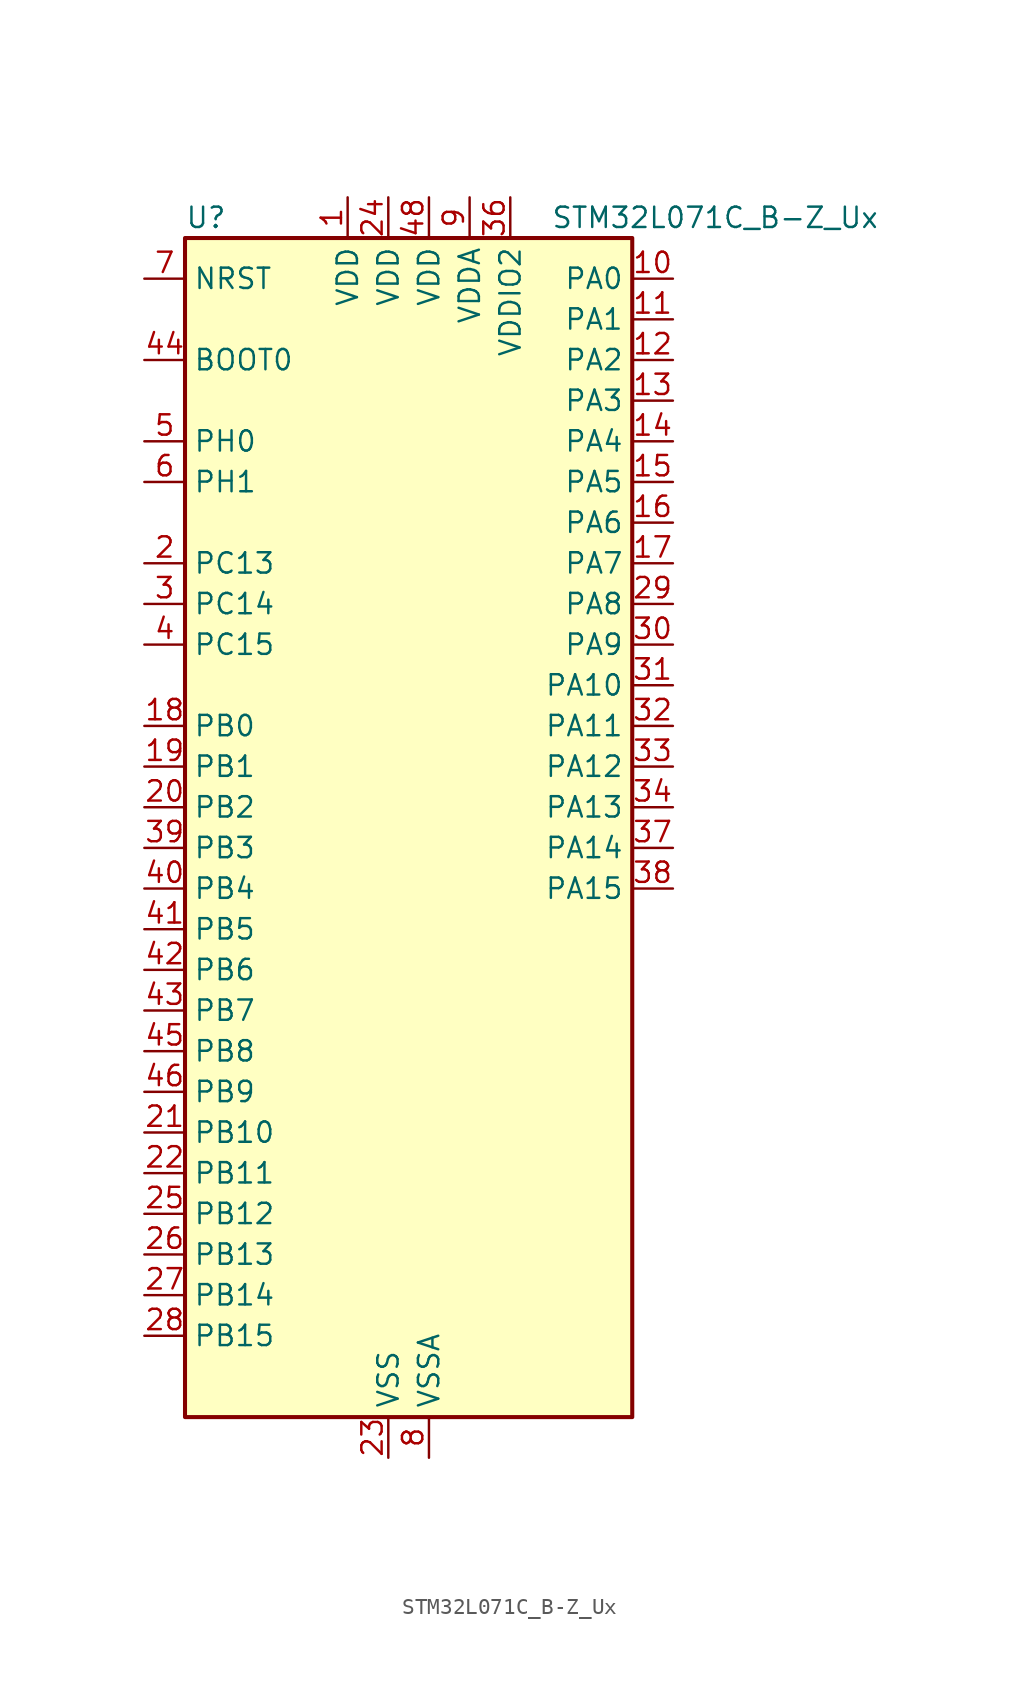
<source format=kicad_sym>
(kicad_symbol_lib
  (version 20220914)
  (generator kicad_symbol_editor)
  (symbol "STM32L071C_B-Z_Ux"
    (property "Reference" "U"
      (at -12.7 39.37 0)
      (effects (font (size 1.27 1.27)) (justify left)))
    (property "Value" "STM32L071C_B-Z_Ux"
      (at 10.16 39.37 0)
      (effects (font (size 1.27 1.27)) (justify left)))
    (property "ki_locked" ""
      (at 0 0 0)
      (effects (font (size 1.27 1.27))))
    (symbol "STM32L071C_B-Z_Ux_0_1"
      (rectangle (start -12.7 -35.56) (end 15.24 38.1) (stroke (width 0.254) (type default)) (fill (type background))))
    (symbol "STM32L071C_B-Z_Ux_1_1"
      (pin power_in line (at -2.54 40.64 270) (length 2.54) (name "VDD" (effects (font (size 1.27 1.27)))) (number "1" (effects (font (size 1.27 1.27)))))
      (pin bidirectional line (at 17.78 35.56 180) (length 2.54) (name "PA0" (effects (font (size 1.27 1.27)))) (number "10" (effects (font (size 1.27 1.27)))) (alternate "ADC_IN0" bidirectional line) (alternate "COMP1_INM" bidirectional line) (alternate "COMP1_OUT" bidirectional line) (alternate "RTC_TAMP2" bidirectional line) (alternate "SYS_WKUP1" bidirectional line) (alternate "TIM2_CH1" bidirectional line) (alternate "TIM2_ETR" bidirectional line) (alternate "USART2_CTS" bidirectional line) (alternate "USART4_TX" bidirectional line))
      (pin bidirectional line (at 17.78 33.02 180) (length 2.54) (name "PA1" (effects (font (size 1.27 1.27)))) (number "11" (effects (font (size 1.27 1.27)))) (alternate "ADC_IN1" bidirectional line) (alternate "COMP1_INP" bidirectional line) (alternate "TIM21_ETR" bidirectional line) (alternate "TIM2_CH2" bidirectional line) (alternate "USART2_DE" bidirectional line) (alternate "USART2_RTS" bidirectional line) (alternate "USART4_RX" bidirectional line))
      (pin bidirectional line (at 17.78 30.48 180) (length 2.54) (name "PA2" (effects (font (size 1.27 1.27)))) (number "12" (effects (font (size 1.27 1.27)))) (alternate "ADC_IN2" bidirectional line) (alternate "COMP2_INM" bidirectional line) (alternate "COMP2_OUT" bidirectional line) (alternate "LPUART1_TX" bidirectional line) (alternate "TIM21_CH1" bidirectional line) (alternate "TIM2_CH3" bidirectional line) (alternate "USART2_TX" bidirectional line))
      (pin bidirectional line (at 17.78 27.94 180) (length 2.54) (name "PA3" (effects (font (size 1.27 1.27)))) (number "13" (effects (font (size 1.27 1.27)))) (alternate "ADC_IN3" bidirectional line) (alternate "COMP2_INP" bidirectional line) (alternate "LPUART1_RX" bidirectional line) (alternate "TIM21_CH2" bidirectional line) (alternate "TIM2_CH4" bidirectional line) (alternate "USART2_RX" bidirectional line))
      (pin bidirectional line (at 17.78 25.4 180) (length 2.54) (name "PA4" (effects (font (size 1.27 1.27)))) (number "14" (effects (font (size 1.27 1.27)))) (alternate "ADC_IN4" bidirectional line) (alternate "COMP1_INM" bidirectional line) (alternate "COMP2_INM" bidirectional line) (alternate "SPI1_NSS" bidirectional line) (alternate "TIM22_ETR" bidirectional line) (alternate "USART2_CK" bidirectional line))
      (pin bidirectional line (at 17.78 22.86 180) (length 2.54) (name "PA5" (effects (font (size 1.27 1.27)))) (number "15" (effects (font (size 1.27 1.27)))) (alternate "ADC_IN5" bidirectional line) (alternate "COMP1_INM" bidirectional line) (alternate "COMP2_INM" bidirectional line) (alternate "SPI1_SCK" bidirectional line) (alternate "TIM2_CH1" bidirectional line) (alternate "TIM2_ETR" bidirectional line))
      (pin bidirectional line (at 17.78 20.32 180) (length 2.54) (name "PA6" (effects (font (size 1.27 1.27)))) (number "16" (effects (font (size 1.27 1.27)))) (alternate "ADC_IN6" bidirectional line) (alternate "COMP1_OUT" bidirectional line) (alternate "LPUART1_CTS" bidirectional line) (alternate "SPI1_MISO" bidirectional line) (alternate "TIM22_CH1" bidirectional line) (alternate "TIM3_CH1" bidirectional line))
      (pin bidirectional line (at 17.78 17.78 180) (length 2.54) (name "PA7" (effects (font (size 1.27 1.27)))) (number "17" (effects (font (size 1.27 1.27)))) (alternate "ADC_IN7" bidirectional line) (alternate "COMP2_OUT" bidirectional line) (alternate "SPI1_MOSI" bidirectional line) (alternate "TIM22_CH2" bidirectional line) (alternate "TIM3_CH2" bidirectional line))
      (pin bidirectional line (at -15.24 7.62 0) (length 2.54) (name "PB0" (effects (font (size 1.27 1.27)))) (number "18" (effects (font (size 1.27 1.27)))) (alternate "ADC_IN8" bidirectional line) (alternate "SYS_VREF_OUT_PB0" bidirectional line) (alternate "TIM3_CH3" bidirectional line))
      (pin bidirectional line (at -15.24 5.08 0) (length 2.54) (name "PB1" (effects (font (size 1.27 1.27)))) (number "19" (effects (font (size 1.27 1.27)))) (alternate "ADC_IN9" bidirectional line) (alternate "LPUART1_DE" bidirectional line) (alternate "LPUART1_RTS" bidirectional line) (alternate "SYS_VREF_OUT_PB1" bidirectional line) (alternate "TIM3_CH4" bidirectional line))
      (pin bidirectional line (at -15.24 17.78 0) (length 2.54) (name "PC13" (effects (font (size 1.27 1.27)))) (number "2" (effects (font (size 1.27 1.27)))) (alternate "RTC_OUT_ALARM" bidirectional line) (alternate "RTC_OUT_CALIB" bidirectional line) (alternate "RTC_TAMP1" bidirectional line) (alternate "RTC_TS" bidirectional line) (alternate "SYS_WKUP2" bidirectional line))
      (pin bidirectional line (at -15.24 2.54 0) (length 2.54) (name "PB2" (effects (font (size 1.27 1.27)))) (number "20" (effects (font (size 1.27 1.27)))) (alternate "I2C3_SMBA" bidirectional line) (alternate "LPTIM1_OUT" bidirectional line))
      (pin bidirectional line (at -15.24 -17.78 0) (length 2.54) (name "PB10" (effects (font (size 1.27 1.27)))) (number "21" (effects (font (size 1.27 1.27)))) (alternate "I2C2_SCL" bidirectional line) (alternate "LPUART1_RX" bidirectional line) (alternate "LPUART1_TX" bidirectional line) (alternate "SPI2_SCK" bidirectional line) (alternate "TIM2_CH3" bidirectional line))
      (pin bidirectional line (at -15.24 -20.32 0) (length 2.54) (name "PB11" (effects (font (size 1.27 1.27)))) (number "22" (effects (font (size 1.27 1.27)))) (alternate "ADC_EXTI11" bidirectional line) (alternate "I2C2_SDA" bidirectional line) (alternate "LPUART1_RX" bidirectional line) (alternate "LPUART1_TX" bidirectional line) (alternate "TIM2_CH4" bidirectional line))
      (pin power_in line (at 0 -38.1 90) (length 2.54) (name "VSS" (effects (font (size 1.27 1.27)))) (number "23" (effects (font (size 1.27 1.27)))))
      (pin power_in line (at 0 40.64 270) (length 2.54) (name "VDD" (effects (font (size 1.27 1.27)))) (number "24" (effects (font (size 1.27 1.27)))))
      (pin bidirectional line (at -15.24 -22.86 0) (length 2.54) (name "PB12" (effects (font (size 1.27 1.27)))) (number "25" (effects (font (size 1.27 1.27)))) (alternate "I2S2_WS" bidirectional line) (alternate "LPUART1_DE" bidirectional line) (alternate "LPUART1_RTS" bidirectional line) (alternate "SPI2_NSS" bidirectional line))
      (pin bidirectional line (at -15.24 -25.4 0) (length 2.54) (name "PB13" (effects (font (size 1.27 1.27)))) (number "26" (effects (font (size 1.27 1.27)))) (alternate "I2C2_SCL" bidirectional line) (alternate "I2S2_CK" bidirectional line) (alternate "LPUART1_CTS" bidirectional line) (alternate "RCC_MCO" bidirectional line) (alternate "SPI2_SCK" bidirectional line) (alternate "TIM21_CH1" bidirectional line))
      (pin bidirectional line (at -15.24 -27.94 0) (length 2.54) (name "PB14" (effects (font (size 1.27 1.27)))) (number "27" (effects (font (size 1.27 1.27)))) (alternate "I2C2_SDA" bidirectional line) (alternate "I2S2_MCK" bidirectional line) (alternate "LPUART1_DE" bidirectional line) (alternate "LPUART1_RTS" bidirectional line) (alternate "RTC_OUT_ALARM" bidirectional line) (alternate "RTC_OUT_CALIB" bidirectional line) (alternate "SPI2_MISO" bidirectional line) (alternate "TIM21_CH2" bidirectional line))
      (pin bidirectional line (at -15.24 -30.48 0) (length 2.54) (name "PB15" (effects (font (size 1.27 1.27)))) (number "28" (effects (font (size 1.27 1.27)))) (alternate "I2S2_SD" bidirectional line) (alternate "RTC_REFIN" bidirectional line) (alternate "SPI2_MOSI" bidirectional line))
      (pin bidirectional line (at 17.78 15.24 180) (length 2.54) (name "PA8" (effects (font (size 1.27 1.27)))) (number "29" (effects (font (size 1.27 1.27)))) (alternate "I2C3_SCL" bidirectional line) (alternate "RCC_MCO" bidirectional line) (alternate "USART1_CK" bidirectional line))
      (pin bidirectional line (at -15.24 15.24 0) (length 2.54) (name "PC14" (effects (font (size 1.27 1.27)))) (number "3" (effects (font (size 1.27 1.27)))) (alternate "RCC_OSC32_IN" bidirectional line))
      (pin bidirectional line (at 17.78 12.7 180) (length 2.54) (name "PA9" (effects (font (size 1.27 1.27)))) (number "30" (effects (font (size 1.27 1.27)))) (alternate "I2C1_SCL" bidirectional line) (alternate "I2C3_SMBA" bidirectional line) (alternate "RCC_MCO" bidirectional line) (alternate "USART1_TX" bidirectional line))
      (pin bidirectional line (at 17.78 10.16 180) (length 2.54) (name "PA10" (effects (font (size 1.27 1.27)))) (number "31" (effects (font (size 1.27 1.27)))) (alternate "I2C1_SDA" bidirectional line) (alternate "USART1_RX" bidirectional line))
      (pin bidirectional line (at 17.78 7.62 180) (length 2.54) (name "PA11" (effects (font (size 1.27 1.27)))) (number "32" (effects (font (size 1.27 1.27)))) (alternate "ADC_EXTI11" bidirectional line) (alternate "COMP1_OUT" bidirectional line) (alternate "SPI1_MISO" bidirectional line) (alternate "USART1_CTS" bidirectional line))
      (pin bidirectional line (at 17.78 5.08 180) (length 2.54) (name "PA12" (effects (font (size 1.27 1.27)))) (number "33" (effects (font (size 1.27 1.27)))) (alternate "COMP2_OUT" bidirectional line) (alternate "SPI1_MOSI" bidirectional line) (alternate "USART1_DE" bidirectional line) (alternate "USART1_RTS" bidirectional line))
      (pin bidirectional line (at 17.78 2.54 180) (length 2.54) (name "PA13" (effects (font (size 1.27 1.27)))) (number "34" (effects (font (size 1.27 1.27)))) (alternate "LPUART1_RX" bidirectional line) (alternate "SYS_SWDIO" bidirectional line))
      (pin passive line (at 0 -38.1 90) (length 2.54) hide (name "VSS" (effects (font (size 1.27 1.27)))) (number "35" (effects (font (size 1.27 1.27)))))
      (pin power_in line (at 7.62 40.64 270) (length 2.54) (name "VDDIO2" (effects (font (size 1.27 1.27)))) (number "36" (effects (font (size 1.27 1.27)))))
      (pin bidirectional line (at 17.78 0 180) (length 2.54) (name "PA14" (effects (font (size 1.27 1.27)))) (number "37" (effects (font (size 1.27 1.27)))) (alternate "LPUART1_TX" bidirectional line) (alternate "SYS_SWCLK" bidirectional line) (alternate "USART2_TX" bidirectional line))
      (pin bidirectional line (at 17.78 -2.54 180) (length 2.54) (name "PA15" (effects (font (size 1.27 1.27)))) (number "38" (effects (font (size 1.27 1.27)))) (alternate "SPI1_NSS" bidirectional line) (alternate "TIM2_CH1" bidirectional line) (alternate "TIM2_ETR" bidirectional line) (alternate "USART2_RX" bidirectional line) (alternate "USART4_DE" bidirectional line) (alternate "USART4_RTS" bidirectional line))
      (pin bidirectional line (at -15.24 0 0) (length 2.54) (name "PB3" (effects (font (size 1.27 1.27)))) (number "39" (effects (font (size 1.27 1.27)))) (alternate "COMP2_INM" bidirectional line) (alternate "SPI1_SCK" bidirectional line) (alternate "TIM2_CH2" bidirectional line) (alternate "USART1_DE" bidirectional line) (alternate "USART1_RTS" bidirectional line) (alternate "USART5_TX" bidirectional line))
      (pin bidirectional line (at -15.24 12.7 0) (length 2.54) (name "PC15" (effects (font (size 1.27 1.27)))) (number "4" (effects (font (size 1.27 1.27)))) (alternate "RCC_OSC32_OUT" bidirectional line))
      (pin bidirectional line (at -15.24 -2.54 0) (length 2.54) (name "PB4" (effects (font (size 1.27 1.27)))) (number "40" (effects (font (size 1.27 1.27)))) (alternate "COMP2_INP" bidirectional line) (alternate "I2C3_SDA" bidirectional line) (alternate "SPI1_MISO" bidirectional line) (alternate "TIM22_CH1" bidirectional line) (alternate "TIM3_CH1" bidirectional line) (alternate "USART1_CTS" bidirectional line) (alternate "USART5_RX" bidirectional line))
      (pin bidirectional line (at -15.24 -5.08 0) (length 2.54) (name "PB5" (effects (font (size 1.27 1.27)))) (number "41" (effects (font (size 1.27 1.27)))) (alternate "COMP2_INP" bidirectional line) (alternate "I2C1_SMBA" bidirectional line) (alternate "LPTIM1_IN1" bidirectional line) (alternate "SPI1_MOSI" bidirectional line) (alternate "TIM22_CH2" bidirectional line) (alternate "TIM3_CH2" bidirectional line) (alternate "USART1_CK" bidirectional line) (alternate "USART5_CK" bidirectional line) (alternate "USART5_DE" bidirectional line) (alternate "USART5_RTS" bidirectional line))
      (pin bidirectional line (at -15.24 -7.62 0) (length 2.54) (name "PB6" (effects (font (size 1.27 1.27)))) (number "42" (effects (font (size 1.27 1.27)))) (alternate "COMP2_INP" bidirectional line) (alternate "I2C1_SCL" bidirectional line) (alternate "LPTIM1_ETR" bidirectional line) (alternate "USART1_TX" bidirectional line))
      (pin bidirectional line (at -15.24 -10.16 0) (length 2.54) (name "PB7" (effects (font (size 1.27 1.27)))) (number "43" (effects (font (size 1.27 1.27)))) (alternate "COMP2_INP" bidirectional line) (alternate "I2C1_SDA" bidirectional line) (alternate "LPTIM1_IN2" bidirectional line) (alternate "SYS_PVD_IN" bidirectional line) (alternate "USART1_RX" bidirectional line) (alternate "USART4_CTS" bidirectional line))
      (pin input line (at -15.24 30.48 0) (length 2.54) (name "BOOT0" (effects (font (size 1.27 1.27)))) (number "44" (effects (font (size 1.27 1.27)))))
      (pin bidirectional line (at -15.24 -12.7 0) (length 2.54) (name "PB8" (effects (font (size 1.27 1.27)))) (number "45" (effects (font (size 1.27 1.27)))) (alternate "I2C1_SCL" bidirectional line))
      (pin bidirectional line (at -15.24 -15.24 0) (length 2.54) (name "PB9" (effects (font (size 1.27 1.27)))) (number "46" (effects (font (size 1.27 1.27)))) (alternate "I2C1_SDA" bidirectional line) (alternate "I2S2_WS" bidirectional line) (alternate "SPI2_NSS" bidirectional line))
      (pin passive line (at 0 -38.1 90) (length 2.54) hide (name "VSS" (effects (font (size 1.27 1.27)))) (number "47" (effects (font (size 1.27 1.27)))))
      (pin power_in line (at 2.54 40.64 270) (length 2.54) (name "VDD" (effects (font (size 1.27 1.27)))) (number "48" (effects (font (size 1.27 1.27)))))
      (pin passive line (at 0 -38.1 90) (length 2.54) hide (name "VSS" (effects (font (size 1.27 1.27)))) (number "49" (effects (font (size 1.27 1.27)))))
      (pin bidirectional line (at -15.24 25.4 0) (length 2.54) (name "PH0" (effects (font (size 1.27 1.27)))) (number "5" (effects (font (size 1.27 1.27)))) (alternate "RCC_OSC_IN" bidirectional line))
      (pin bidirectional line (at -15.24 22.86 0) (length 2.54) (name "PH1" (effects (font (size 1.27 1.27)))) (number "6" (effects (font (size 1.27 1.27)))) (alternate "RCC_OSC_OUT" bidirectional line))
      (pin input line (at -15.24 35.56 0) (length 2.54) (name "NRST" (effects (font (size 1.27 1.27)))) (number "7" (effects (font (size 1.27 1.27)))))
      (pin power_in line (at 2.54 -38.1 90) (length 2.54) (name "VSSA" (effects (font (size 1.27 1.27)))) (number "8" (effects (font (size 1.27 1.27)))))
      (pin power_in line (at 5.08 40.64 270) (length 2.54) (name "VDDA" (effects (font (size 1.27 1.27)))) (number "9" (effects (font (size 1.27 1.27))))))))
</source>
